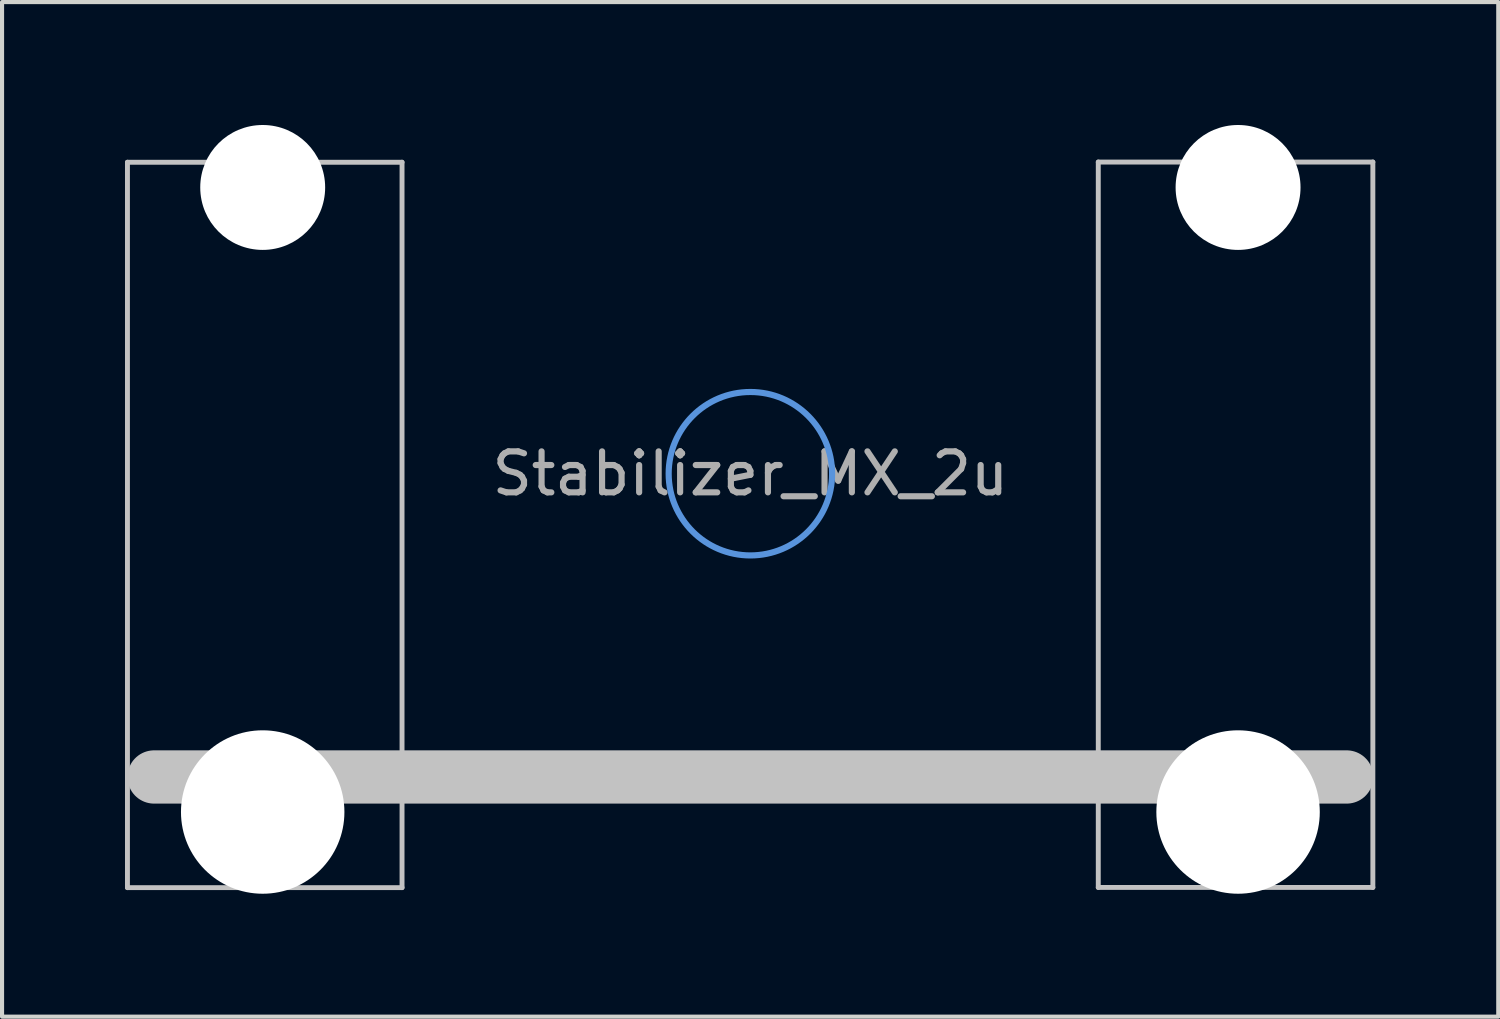
<source format=kicad_pcb>
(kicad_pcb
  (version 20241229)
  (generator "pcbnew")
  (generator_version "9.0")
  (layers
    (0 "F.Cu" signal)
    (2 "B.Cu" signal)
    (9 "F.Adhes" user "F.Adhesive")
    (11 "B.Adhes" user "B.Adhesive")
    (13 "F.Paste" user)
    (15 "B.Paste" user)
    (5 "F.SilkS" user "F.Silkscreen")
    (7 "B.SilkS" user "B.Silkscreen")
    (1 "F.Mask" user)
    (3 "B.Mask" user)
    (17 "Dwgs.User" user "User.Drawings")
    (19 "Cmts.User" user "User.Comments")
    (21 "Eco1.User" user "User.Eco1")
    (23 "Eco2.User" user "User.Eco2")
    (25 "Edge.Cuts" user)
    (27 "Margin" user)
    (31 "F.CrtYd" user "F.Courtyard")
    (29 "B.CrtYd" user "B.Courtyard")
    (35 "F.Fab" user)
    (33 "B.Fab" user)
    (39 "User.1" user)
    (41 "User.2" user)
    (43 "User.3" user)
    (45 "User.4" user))
  (footprint "Stabilizer_MX_2u"
    (layer "F.Cu")
    (at 15.26 8.509)
    (property "Reference" "Stabilizer_MX_2u" (at 0 0 0) (layer "F.Fab") (effects (font (size 1 1) (thickness 0.15))))
    (attr through_hole)
    (fp_line (start -15.2 -7.6) (end -15.2 10.1) (stroke (width 0.12) (type solid)) (layer "Dwgs.User"))
    (fp_line (start -15.2 -7.6) (end -8.5 -7.6) (stroke (width 0.12) (type solid)) (layer "Dwgs.User"))
    (fp_line (start -15.2 10.1) (end -8.5 10.1) (stroke (width 0.12) (type solid)) (layer "Dwgs.User"))
    (fp_line (start -14.55 7.4) (end 14.55 7.4) (stroke (width 1.3) (type solid)) (layer "Dwgs.User"))
    (fp_line (start -8.5 -7.6) (end -8.5 10.1) (stroke (width 0.12) (type solid)) (layer "Dwgs.User"))
    (fp_line (start 8.489 -7.605) (end 8.489 10.095) (stroke (width 0.12) (type solid)) (layer "Dwgs.User"))
    (fp_line (start 8.489 -7.605) (end 15.189 -7.605) (stroke (width 0.12) (type solid)) (layer "Dwgs.User"))
    (fp_line (start 8.489 10.095) (end 15.189 10.095) (stroke (width 0.12) (type solid)) (layer "Dwgs.User"))
    (fp_line (start 15.189 -7.605) (end 15.189 10.095) (stroke (width 0.12) (type solid)) (layer "Dwgs.User"))
    (fp_circle (center 0 0) (end 1.994 0) (stroke (width 0.15) (type solid)) (fill no) (layer "Cmts.User"))
    (pad "" np_thru_hole circle (at -11.9 -6.985) (size 3.048 3.048) (drill 3.048) (layers "*.Cu" "*.Mask"))
    (pad "" np_thru_hole circle (at -11.9 8.255) (size 3.988 3.988) (drill 3.988) (layers "*.Cu" "*.Mask"))
    (pad "" np_thru_hole circle (at 11.9 -6.985) (size 3.048 3.048) (drill 3.048) (layers "*.Cu" "*.Mask"))
    (pad "" np_thru_hole circle (at 11.9 8.255) (size 3.988 3.988) (drill 3.988) (layers "*.Cu" "*.Mask")))
  (gr_rect
    (start -3 -3)
    (end 33.509 21.758)
    (stroke (width 0.1) (type default))
    (fill no)
    (layer "Edge.Cuts")))
</source>
